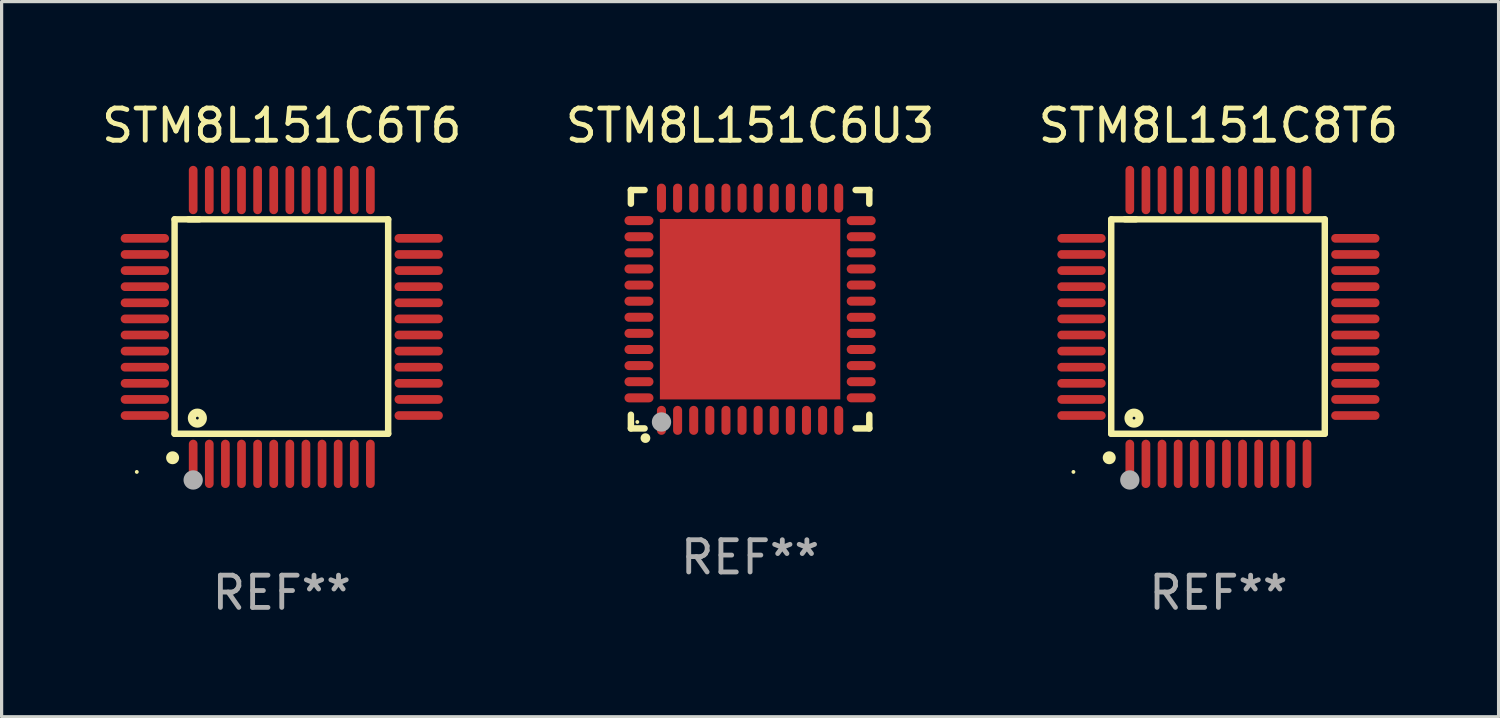
<source format=kicad_pcb>
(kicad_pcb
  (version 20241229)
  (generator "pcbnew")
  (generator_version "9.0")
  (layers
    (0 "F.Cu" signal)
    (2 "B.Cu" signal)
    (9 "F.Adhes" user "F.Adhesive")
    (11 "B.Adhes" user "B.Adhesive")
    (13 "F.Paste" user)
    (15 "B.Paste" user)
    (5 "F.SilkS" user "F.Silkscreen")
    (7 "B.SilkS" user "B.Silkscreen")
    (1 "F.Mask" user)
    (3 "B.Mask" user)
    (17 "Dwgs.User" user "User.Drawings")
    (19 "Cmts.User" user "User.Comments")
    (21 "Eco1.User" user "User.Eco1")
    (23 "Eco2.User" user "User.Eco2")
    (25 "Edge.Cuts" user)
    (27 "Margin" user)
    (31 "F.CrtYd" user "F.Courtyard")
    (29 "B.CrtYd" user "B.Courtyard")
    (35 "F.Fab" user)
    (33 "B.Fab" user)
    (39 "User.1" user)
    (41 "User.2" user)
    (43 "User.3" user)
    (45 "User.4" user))
  (footprint "STM8L151C6T6"
    (layer "F.Cu")
    (at 5.696 7.098)
    (property "Reference" "STM8L151C6T6" (at 0 -6.25 0) (layer "F.SilkS") (effects (font (size 1 1) (thickness 0.15))))
    (attr through_hole)
    (fp_line (start -3.327 -3.34) (end -2.565 -3.34) (stroke (width 0.2) (type solid)) (layer "F.SilkS"))
    (fp_line (start -3.327 3.315) (end -3.327 -3.34) (stroke (width 0.2) (type solid)) (layer "F.SilkS"))
    (fp_line (start -2.896 -3.34) (end 3.302 -3.34) (stroke (width 0.2) (type solid)) (layer "F.SilkS"))
    (fp_line (start 3.302 -3.34) (end 3.302 3.315) (stroke (width 0.2) (type solid)) (layer "F.SilkS"))
    (fp_line (start 3.302 3.315) (end -3.327 3.315) (stroke (width 0.2) (type solid)) (layer "F.SilkS"))
    (fp_arc (start -3.389992 4.059995) (mid -3.388722 4.059991) (end -3.387452 4.059995) (stroke (width 0.4) (type solid)) (layer "F.SilkS"))
    (fp_circle (center -4.5 4.5) (end -4.47 4.5) (stroke (width 0.06) (type solid)) (fill no) (layer "F.SilkS"))
    (fp_circle (center -2.62 2.83) (end -2.45 2.83) (stroke (width 0.254) (type solid)) (fill no) (layer "F.SilkS"))
    (fp_circle (center -2.75 4.75) (end -2.6 4.75) (stroke (width 0.3) (type solid)) (fill no) (layer "F.Fab"))
    (fp_text user "REF**" (at 0 8.25 0) (layer "F.Fab") (effects (font (size 1 1) (thickness 0.15))))
    (pad "1" smd oval (at -2.75 4.25) (size 0.27 1.5) (layers "F.Cu" "F.Mask" "F.Paste"))
    (pad "2" smd oval (at -2.25 4.25) (size 0.27 1.5) (layers "F.Cu" "F.Mask" "F.Paste"))
    (pad "3" smd oval (at -1.75 4.25) (size 0.27 1.5) (layers "F.Cu" "F.Mask" "F.Paste"))
    (pad "4" smd oval (at -1.25 4.25) (size 0.27 1.5) (layers "F.Cu" "F.Mask" "F.Paste"))
    (pad "5" smd oval (at -0.75 4.25) (size 0.27 1.5) (layers "F.Cu" "F.Mask" "F.Paste"))
    (pad "6" smd oval (at -0.25 4.25) (size 0.27 1.5) (layers "F.Cu" "F.Mask" "F.Paste"))
    (pad "7" smd oval (at 0.25 4.25) (size 0.27 1.5) (layers "F.Cu" "F.Mask" "F.Paste"))
    (pad "8" smd oval (at 0.75 4.25) (size 0.27 1.5) (layers "F.Cu" "F.Mask" "F.Paste"))
    (pad "9" smd oval (at 1.25 4.25) (size 0.27 1.5) (layers "F.Cu" "F.Mask" "F.Paste"))
    (pad "10" smd oval (at 1.75 4.25) (size 0.27 1.5) (layers "F.Cu" "F.Mask" "F.Paste"))
    (pad "11" smd oval (at 2.25 4.25) (size 0.27 1.5) (layers "F.Cu" "F.Mask" "F.Paste"))
    (pad "12" smd oval (at 2.75 4.25) (size 0.27 1.5) (layers "F.Cu" "F.Mask" "F.Paste"))
    (pad "13" smd oval (at 4.25 2.75) (size 1.5 0.27) (layers "F.Cu" "F.Mask" "F.Paste"))
    (pad "14" smd oval (at 4.25 2.25) (size 1.5 0.27) (layers "F.Cu" "F.Mask" "F.Paste"))
    (pad "15" smd oval (at 4.25 1.75) (size 1.5 0.27) (layers "F.Cu" "F.Mask" "F.Paste"))
    (pad "16" smd oval (at 4.25 1.25) (size 1.5 0.27) (layers "F.Cu" "F.Mask" "F.Paste"))
    (pad "17" smd oval (at 4.25 0.75) (size 1.5 0.27) (layers "F.Cu" "F.Mask" "F.Paste"))
    (pad "18" smd oval (at 4.25 0.25) (size 1.5 0.27) (layers "F.Cu" "F.Mask" "F.Paste"))
    (pad "19" smd oval (at 4.25 -0.25) (size 1.5 0.27) (layers "F.Cu" "F.Mask" "F.Paste"))
    (pad "20" smd oval (at 4.25 -0.75) (size 1.5 0.27) (layers "F.Cu" "F.Mask" "F.Paste"))
    (pad "21" smd oval (at 4.25 -1.25) (size 1.5 0.27) (layers "F.Cu" "F.Mask" "F.Paste"))
    (pad "22" smd oval (at 4.25 -1.75) (size 1.5 0.27) (layers "F.Cu" "F.Mask" "F.Paste"))
    (pad "23" smd oval (at 4.25 -2.25) (size 1.5 0.27) (layers "F.Cu" "F.Mask" "F.Paste"))
    (pad "24" smd oval (at 4.25 -2.75) (size 1.5 0.27) (layers "F.Cu" "F.Mask" "F.Paste"))
    (pad "25" smd oval (at 2.75 -4.25) (size 0.27 1.5) (layers "F.Cu" "F.Mask" "F.Paste"))
    (pad "26" smd oval (at 2.25 -4.25) (size 0.27 1.5) (layers "F.Cu" "F.Mask" "F.Paste"))
    (pad "27" smd oval (at 1.75 -4.25) (size 0.27 1.5) (layers "F.Cu" "F.Mask" "F.Paste"))
    (pad "28" smd oval (at 1.25 -4.25) (size 0.27 1.5) (layers "F.Cu" "F.Mask" "F.Paste"))
    (pad "29" smd oval (at 0.75 -4.25) (size 0.27 1.5) (layers "F.Cu" "F.Mask" "F.Paste"))
    (pad "30" smd oval (at 0.25 -4.25) (size 0.27 1.5) (layers "F.Cu" "F.Mask" "F.Paste"))
    (pad "31" smd oval (at -0.25 -4.25) (size 0.27 1.5) (layers "F.Cu" "F.Mask" "F.Paste"))
    (pad "32" smd oval (at -0.75 -4.25) (size 0.27 1.5) (layers "F.Cu" "F.Mask" "F.Paste"))
    (pad "33" smd oval (at -1.25 -4.25) (size 0.27 1.5) (layers "F.Cu" "F.Mask" "F.Paste"))
    (pad "34" smd oval (at -1.75 -4.25) (size 0.27 1.5) (layers "F.Cu" "F.Mask" "F.Paste"))
    (pad "35" smd oval (at -2.25 -4.25) (size 0.27 1.5) (layers "F.Cu" "F.Mask" "F.Paste"))
    (pad "36" smd oval (at -2.75 -4.25) (size 0.27 1.5) (layers "F.Cu" "F.Mask" "F.Paste"))
    (pad "37" smd oval (at -4.25 -2.75) (size 1.5 0.27) (layers "F.Cu" "F.Mask" "F.Paste"))
    (pad "38" smd oval (at -4.25 -2.25) (size 1.5 0.27) (layers "F.Cu" "F.Mask" "F.Paste"))
    (pad "39" smd oval (at -4.25 -1.75) (size 1.5 0.27) (layers "F.Cu" "F.Mask" "F.Paste"))
    (pad "40" smd oval (at -4.25 -1.25) (size 1.5 0.27) (layers "F.Cu" "F.Mask" "F.Paste"))
    (pad "41" smd oval (at -4.25 -0.75) (size 1.5 0.27) (layers "F.Cu" "F.Mask" "F.Paste"))
    (pad "42" smd oval (at -4.25 -0.25) (size 1.5 0.27) (layers "F.Cu" "F.Mask" "F.Paste"))
    (pad "43" smd oval (at -4.25 0.25) (size 1.5 0.27) (layers "F.Cu" "F.Mask" "F.Paste"))
    (pad "44" smd oval (at -4.25 0.75) (size 1.5 0.27) (layers "F.Cu" "F.Mask" "F.Paste"))
    (pad "45" smd oval (at -4.25 1.25) (size 1.5 0.27) (layers "F.Cu" "F.Mask" "F.Paste"))
    (pad "46" smd oval (at -4.25 1.75) (size 1.5 0.27) (layers "F.Cu" "F.Mask" "F.Paste"))
    (pad "47" smd oval (at -4.25 2.25) (size 1.5 0.27) (layers "F.Cu" "F.Mask" "F.Paste"))
    (pad "48" smd oval (at -4.25 2.75) (size 1.5 0.27) (layers "F.Cu" "F.Mask" "F.Paste")))
  (footprint "STM8L151C8T6"
    (layer "F.Cu")
    (at 34.768 7.098)
    (property "Reference" "STM8L151C8T6" (at 0 -6.25 0) (layer "F.SilkS") (effects (font (size 1 1) (thickness 0.15))))
    (attr through_hole)
    (fp_line (start -3.327 -3.34) (end -2.565 -3.34) (stroke (width 0.2) (type solid)) (layer "F.SilkS"))
    (fp_line (start -3.327 3.315) (end -3.327 -3.34) (stroke (width 0.2) (type solid)) (layer "F.SilkS"))
    (fp_line (start -2.896 -3.34) (end 3.302 -3.34) (stroke (width 0.2) (type solid)) (layer "F.SilkS"))
    (fp_line (start 3.302 -3.34) (end 3.302 3.315) (stroke (width 0.2) (type solid)) (layer "F.SilkS"))
    (fp_line (start 3.302 3.315) (end -3.327 3.315) (stroke (width 0.2) (type solid)) (layer "F.SilkS"))
    (fp_arc (start -3.389992 4.059995) (mid -3.388722 4.059991) (end -3.387452 4.059995) (stroke (width 0.4) (type solid)) (layer "F.SilkS"))
    (fp_circle (center -4.5 4.5) (end -4.47 4.5) (stroke (width 0.06) (type solid)) (fill no) (layer "F.SilkS"))
    (fp_circle (center -2.62 2.83) (end -2.45 2.83) (stroke (width 0.254) (type solid)) (fill no) (layer "F.SilkS"))
    (fp_circle (center -2.75 4.75) (end -2.6 4.75) (stroke (width 0.3) (type solid)) (fill no) (layer "F.Fab"))
    (fp_text user "REF**" (at 0 8.25 0) (layer "F.Fab") (effects (font (size 1 1) (thickness 0.15))))
    (pad "1" smd oval (at -2.75 4.25) (size 0.27 1.5) (layers "F.Cu" "F.Mask" "F.Paste"))
    (pad "2" smd oval (at -2.25 4.25) (size 0.27 1.5) (layers "F.Cu" "F.Mask" "F.Paste"))
    (pad "3" smd oval (at -1.75 4.25) (size 0.27 1.5) (layers "F.Cu" "F.Mask" "F.Paste"))
    (pad "4" smd oval (at -1.25 4.25) (size 0.27 1.5) (layers "F.Cu" "F.Mask" "F.Paste"))
    (pad "5" smd oval (at -0.75 4.25) (size 0.27 1.5) (layers "F.Cu" "F.Mask" "F.Paste"))
    (pad "6" smd oval (at -0.25 4.25) (size 0.27 1.5) (layers "F.Cu" "F.Mask" "F.Paste"))
    (pad "7" smd oval (at 0.25 4.25) (size 0.27 1.5) (layers "F.Cu" "F.Mask" "F.Paste"))
    (pad "8" smd oval (at 0.75 4.25) (size 0.27 1.5) (layers "F.Cu" "F.Mask" "F.Paste"))
    (pad "9" smd oval (at 1.25 4.25) (size 0.27 1.5) (layers "F.Cu" "F.Mask" "F.Paste"))
    (pad "10" smd oval (at 1.75 4.25) (size 0.27 1.5) (layers "F.Cu" "F.Mask" "F.Paste"))
    (pad "11" smd oval (at 2.25 4.25) (size 0.27 1.5) (layers "F.Cu" "F.Mask" "F.Paste"))
    (pad "12" smd oval (at 2.75 4.25) (size 0.27 1.5) (layers "F.Cu" "F.Mask" "F.Paste"))
    (pad "13" smd oval (at 4.25 2.75) (size 1.5 0.27) (layers "F.Cu" "F.Mask" "F.Paste"))
    (pad "14" smd oval (at 4.25 2.25) (size 1.5 0.27) (layers "F.Cu" "F.Mask" "F.Paste"))
    (pad "15" smd oval (at 4.25 1.75) (size 1.5 0.27) (layers "F.Cu" "F.Mask" "F.Paste"))
    (pad "16" smd oval (at 4.25 1.25) (size 1.5 0.27) (layers "F.Cu" "F.Mask" "F.Paste"))
    (pad "17" smd oval (at 4.25 0.75) (size 1.5 0.27) (layers "F.Cu" "F.Mask" "F.Paste"))
    (pad "18" smd oval (at 4.25 0.25) (size 1.5 0.27) (layers "F.Cu" "F.Mask" "F.Paste"))
    (pad "19" smd oval (at 4.25 -0.25) (size 1.5 0.27) (layers "F.Cu" "F.Mask" "F.Paste"))
    (pad "20" smd oval (at 4.25 -0.75) (size 1.5 0.27) (layers "F.Cu" "F.Mask" "F.Paste"))
    (pad "21" smd oval (at 4.25 -1.25) (size 1.5 0.27) (layers "F.Cu" "F.Mask" "F.Paste"))
    (pad "22" smd oval (at 4.25 -1.75) (size 1.5 0.27) (layers "F.Cu" "F.Mask" "F.Paste"))
    (pad "23" smd oval (at 4.25 -2.25) (size 1.5 0.27) (layers "F.Cu" "F.Mask" "F.Paste"))
    (pad "24" smd oval (at 4.25 -2.75) (size 1.5 0.27) (layers "F.Cu" "F.Mask" "F.Paste"))
    (pad "25" smd oval (at 2.75 -4.25) (size 0.27 1.5) (layers "F.Cu" "F.Mask" "F.Paste"))
    (pad "26" smd oval (at 2.25 -4.25) (size 0.27 1.5) (layers "F.Cu" "F.Mask" "F.Paste"))
    (pad "27" smd oval (at 1.75 -4.25) (size 0.27 1.5) (layers "F.Cu" "F.Mask" "F.Paste"))
    (pad "28" smd oval (at 1.25 -4.25) (size 0.27 1.5) (layers "F.Cu" "F.Mask" "F.Paste"))
    (pad "29" smd oval (at 0.75 -4.25) (size 0.27 1.5) (layers "F.Cu" "F.Mask" "F.Paste"))
    (pad "30" smd oval (at 0.25 -4.25) (size 0.27 1.5) (layers "F.Cu" "F.Mask" "F.Paste"))
    (pad "31" smd oval (at -0.25 -4.25) (size 0.27 1.5) (layers "F.Cu" "F.Mask" "F.Paste"))
    (pad "32" smd oval (at -0.75 -4.25) (size 0.27 1.5) (layers "F.Cu" "F.Mask" "F.Paste"))
    (pad "33" smd oval (at -1.25 -4.25) (size 0.27 1.5) (layers "F.Cu" "F.Mask" "F.Paste"))
    (pad "34" smd oval (at -1.75 -4.25) (size 0.27 1.5) (layers "F.Cu" "F.Mask" "F.Paste"))
    (pad "35" smd oval (at -2.25 -4.25) (size 0.27 1.5) (layers "F.Cu" "F.Mask" "F.Paste"))
    (pad "36" smd oval (at -2.75 -4.25) (size 0.27 1.5) (layers "F.Cu" "F.Mask" "F.Paste"))
    (pad "37" smd oval (at -4.25 -2.75) (size 1.5 0.27) (layers "F.Cu" "F.Mask" "F.Paste"))
    (pad "38" smd oval (at -4.25 -2.25) (size 1.5 0.27) (layers "F.Cu" "F.Mask" "F.Paste"))
    (pad "39" smd oval (at -4.25 -1.75) (size 1.5 0.27) (layers "F.Cu" "F.Mask" "F.Paste"))
    (pad "40" smd oval (at -4.25 -1.25) (size 1.5 0.27) (layers "F.Cu" "F.Mask" "F.Paste"))
    (pad "41" smd oval (at -4.25 -0.75) (size 1.5 0.27) (layers "F.Cu" "F.Mask" "F.Paste"))
    (pad "42" smd oval (at -4.25 -0.25) (size 1.5 0.27) (layers "F.Cu" "F.Mask" "F.Paste"))
    (pad "43" smd oval (at -4.25 0.25) (size 1.5 0.27) (layers "F.Cu" "F.Mask" "F.Paste"))
    (pad "44" smd oval (at -4.25 0.75) (size 1.5 0.27) (layers "F.Cu" "F.Mask" "F.Paste"))
    (pad "45" smd oval (at -4.25 1.25) (size 1.5 0.27) (layers "F.Cu" "F.Mask" "F.Paste"))
    (pad "46" smd oval (at -4.25 1.75) (size 1.5 0.27) (layers "F.Cu" "F.Mask" "F.Paste"))
    (pad "47" smd oval (at -4.25 2.25) (size 1.5 0.27) (layers "F.Cu" "F.Mask" "F.Paste"))
    (pad "48" smd oval (at -4.25 2.75) (size 1.5 0.27) (layers "F.Cu" "F.Mask" "F.Paste")))
  (footprint "STM8L151C6U3"
    (layer "F.Cu")
    (at 20.232 6.548)
    (property "Reference" "STM8L151C6U3" (at 0 -5.7 0) (layer "F.SilkS") (effects (font (size 1 1) (thickness 0.15))))
    (attr through_hole)
    (fp_line (start -3.7 -3.7) (end -3.275 -3.7) (stroke (width 0.2) (type solid)) (layer "F.SilkS"))
    (fp_line (start -3.7 -3.275) (end -3.7 -3.7) (stroke (width 0.2) (type solid)) (layer "F.SilkS"))
    (fp_line (start -3.7 3.7) (end -3.7 3.275) (stroke (width 0.2) (type solid)) (layer "F.SilkS"))
    (fp_line (start -3.275 3.7) (end -3.7 3.7) (stroke (width 0.2) (type solid)) (layer "F.SilkS"))
    (fp_line (start 3.7 -3.7) (end 3.275 -3.7) (stroke (width 0.2) (type solid)) (layer "F.SilkS"))
    (fp_line (start 3.7 -3.275) (end 3.7 -3.7) (stroke (width 0.2) (type solid)) (layer "F.SilkS"))
    (fp_line (start 3.7 3.275) (end 3.7 3.7) (stroke (width 0.2) (type solid)) (layer "F.SilkS"))
    (fp_line (start 3.7 3.7) (end 3.275 3.7) (stroke (width 0.2) (type solid)) (layer "F.SilkS"))
    (fp_arc (start -3.249936 3.999975) (mid -3.248666 3.99997) (end -3.247396 3.999975) (stroke (width 0.3) (type solid)) (layer "F.SilkS"))
    (fp_circle (center -3.5 3.5) (end -3.47 3.5) (stroke (width 0.06) (type solid)) (fill no) (layer "F.SilkS"))
    (fp_circle (center -2.75 3.5) (end -2.6 3.5) (stroke (width 0.3) (type solid)) (fill no) (layer "F.Fab"))
    (fp_text user "REF**" (at 0 7.7 0) (layer "F.Fab") (effects (font (size 1 1) (thickness 0.15))))
    (pad "1" smd oval (at -2.751 3.449) (size 0.28 0.9) (layers "F.Cu" "F.Mask" "F.Paste"))
    (pad "2" smd oval (at -2.25 3.449) (size 0.28 0.9) (layers "F.Cu" "F.Mask" "F.Paste"))
    (pad "3" smd oval (at -1.75 3.449) (size 0.28 0.9) (layers "F.Cu" "F.Mask" "F.Paste"))
    (pad "4" smd oval (at -1.25 3.449) (size 0.28 0.9) (layers "F.Cu" "F.Mask" "F.Paste"))
    (pad "5" smd oval (at -0.749 3.449) (size 0.28 0.9) (layers "F.Cu" "F.Mask" "F.Paste"))
    (pad "6" smd oval (at -0.249 3.449) (size 0.28 0.9) (layers "F.Cu" "F.Mask" "F.Paste"))
    (pad "7" smd oval (at 0.249 3.449) (size 0.28 0.9) (layers "F.Cu" "F.Mask" "F.Paste"))
    (pad "8" smd oval (at 0.749 3.449) (size 0.28 0.9) (layers "F.Cu" "F.Mask" "F.Paste"))
    (pad "9" smd oval (at 1.25 3.449) (size 0.28 0.9) (layers "F.Cu" "F.Mask" "F.Paste"))
    (pad "10" smd oval (at 1.75 3.449) (size 0.28 0.9) (layers "F.Cu" "F.Mask" "F.Paste"))
    (pad "11" smd oval (at 2.251 3.449) (size 0.28 0.9) (layers "F.Cu" "F.Mask" "F.Paste"))
    (pad "12" smd oval (at 2.751 3.449) (size 0.28 0.9) (layers "F.Cu" "F.Mask" "F.Paste"))
    (pad "13" smd oval (at 3.449 2.75) (size 0.9 0.28) (layers "F.Cu" "F.Mask" "F.Paste"))
    (pad "14" smd oval (at 3.449 2.25) (size 0.9 0.28) (layers "F.Cu" "F.Mask" "F.Paste"))
    (pad "15" smd oval (at 3.449 1.75) (size 0.9 0.28) (layers "F.Cu" "F.Mask" "F.Paste"))
    (pad "16" smd oval (at 3.449 1.25) (size 0.9 0.28) (layers "F.Cu" "F.Mask" "F.Paste"))
    (pad "17" smd oval (at 3.449 0.75) (size 0.9 0.28) (layers "F.Cu" "F.Mask" "F.Paste"))
    (pad "18" smd oval (at 3.449 0.25) (size 0.9 0.28) (layers "F.Cu" "F.Mask" "F.Paste"))
    (pad "19" smd oval (at 3.449 -0.25) (size 0.9 0.28) (layers "F.Cu" "F.Mask" "F.Paste"))
    (pad "20" smd oval (at 3.449 -0.75) (size 0.9 0.28) (layers "F.Cu" "F.Mask" "F.Paste"))
    (pad "21" smd oval (at 3.449 -1.25) (size 0.9 0.28) (layers "F.Cu" "F.Mask" "F.Paste"))
    (pad "22" smd oval (at 3.449 -1.75) (size 0.9 0.28) (layers "F.Cu" "F.Mask" "F.Paste"))
    (pad "23" smd oval (at 3.449 -2.25) (size 0.9 0.28) (layers "F.Cu" "F.Mask" "F.Paste"))
    (pad "24" smd oval (at 3.449 -2.75) (size 0.9 0.28) (layers "F.Cu" "F.Mask" "F.Paste"))
    (pad "25" smd oval (at 2.751 -3.449) (size 0.28 0.9) (layers "F.Cu" "F.Mask" "F.Paste"))
    (pad "26" smd oval (at 2.251 -3.449) (size 0.28 0.9) (layers "F.Cu" "F.Mask" "F.Paste"))
    (pad "27" smd oval (at 1.75 -3.449) (size 0.28 0.9) (layers "F.Cu" "F.Mask" "F.Paste"))
    (pad "28" smd oval (at 1.25 -3.449) (size 0.28 0.9) (layers "F.Cu" "F.Mask" "F.Paste"))
    (pad "29" smd oval (at 0.749 -3.449) (size 0.28 0.9) (layers "F.Cu" "F.Mask" "F.Paste"))
    (pad "30" smd oval (at 0.249 -3.449) (size 0.28 0.9) (layers "F.Cu" "F.Mask" "F.Paste"))
    (pad "31" smd oval (at -0.249 -3.449) (size 0.28 0.9) (layers "F.Cu" "F.Mask" "F.Paste"))
    (pad "32" smd oval (at -0.749 -3.449) (size 0.28 0.9) (layers "F.Cu" "F.Mask" "F.Paste"))
    (pad "33" smd oval (at -1.25 -3.449) (size 0.28 0.9) (layers "F.Cu" "F.Mask" "F.Paste"))
    (pad "34" smd oval (at -1.75 -3.449) (size 0.28 0.9) (layers "F.Cu" "F.Mask" "F.Paste"))
    (pad "35" smd oval (at -2.25 -3.449) (size 0.28 0.9) (layers "F.Cu" "F.Mask" "F.Paste"))
    (pad "36" smd oval (at -2.751 -3.449) (size 0.28 0.9) (layers "F.Cu" "F.Mask" "F.Paste"))
    (pad "37" smd oval (at -3.449 -2.751) (size 0.9 0.28) (layers "F.Cu" "F.Mask" "F.Paste"))
    (pad "38" smd oval (at -3.449 -2.25) (size 0.9 0.28) (layers "F.Cu" "F.Mask" "F.Paste"))
    (pad "39" smd oval (at -3.449 -1.75) (size 0.9 0.28) (layers "F.Cu" "F.Mask" "F.Paste"))
    (pad "40" smd oval (at -3.449 -1.25) (size 0.9 0.28) (layers "F.Cu" "F.Mask" "F.Paste"))
    (pad "41" smd oval (at -3.449 -0.749) (size 0.9 0.28) (layers "F.Cu" "F.Mask" "F.Paste"))
    (pad "42" smd oval (at -3.449 -0.249) (size 0.9 0.28) (layers "F.Cu" "F.Mask" "F.Paste"))
    (pad "43" smd oval (at -3.449 0.249) (size 0.9 0.28) (layers "F.Cu" "F.Mask" "F.Paste"))
    (pad "44" smd oval (at -3.449 0.749) (size 0.9 0.28) (layers "F.Cu" "F.Mask" "F.Paste"))
    (pad "45" smd oval (at -3.449 1.25) (size 0.9 0.28) (layers "F.Cu" "F.Mask" "F.Paste"))
    (pad "46" smd oval (at -3.449 1.75) (size 0.9 0.28) (layers "F.Cu" "F.Mask" "F.Paste"))
    (pad "47" smd oval (at -3.449 2.25) (size 0.9 0.28) (layers "F.Cu" "F.Mask" "F.Paste"))
    (pad "48" smd oval (at -3.449 2.751) (size 0.9 0.28) (layers "F.Cu" "F.Mask" "F.Paste"))
    (pad "49" smd rect (at 0.000076 -0.000025) (size 5.6 5.6) (layers "F.Cu" "F.Mask" "F.Paste")))
  (gr_rect
    (start -3 -3)
    (end 43.464 19.196)
    (stroke (width 0.1) (type default))
    (fill no)
    (layer "Edge.Cuts")))
</source>
